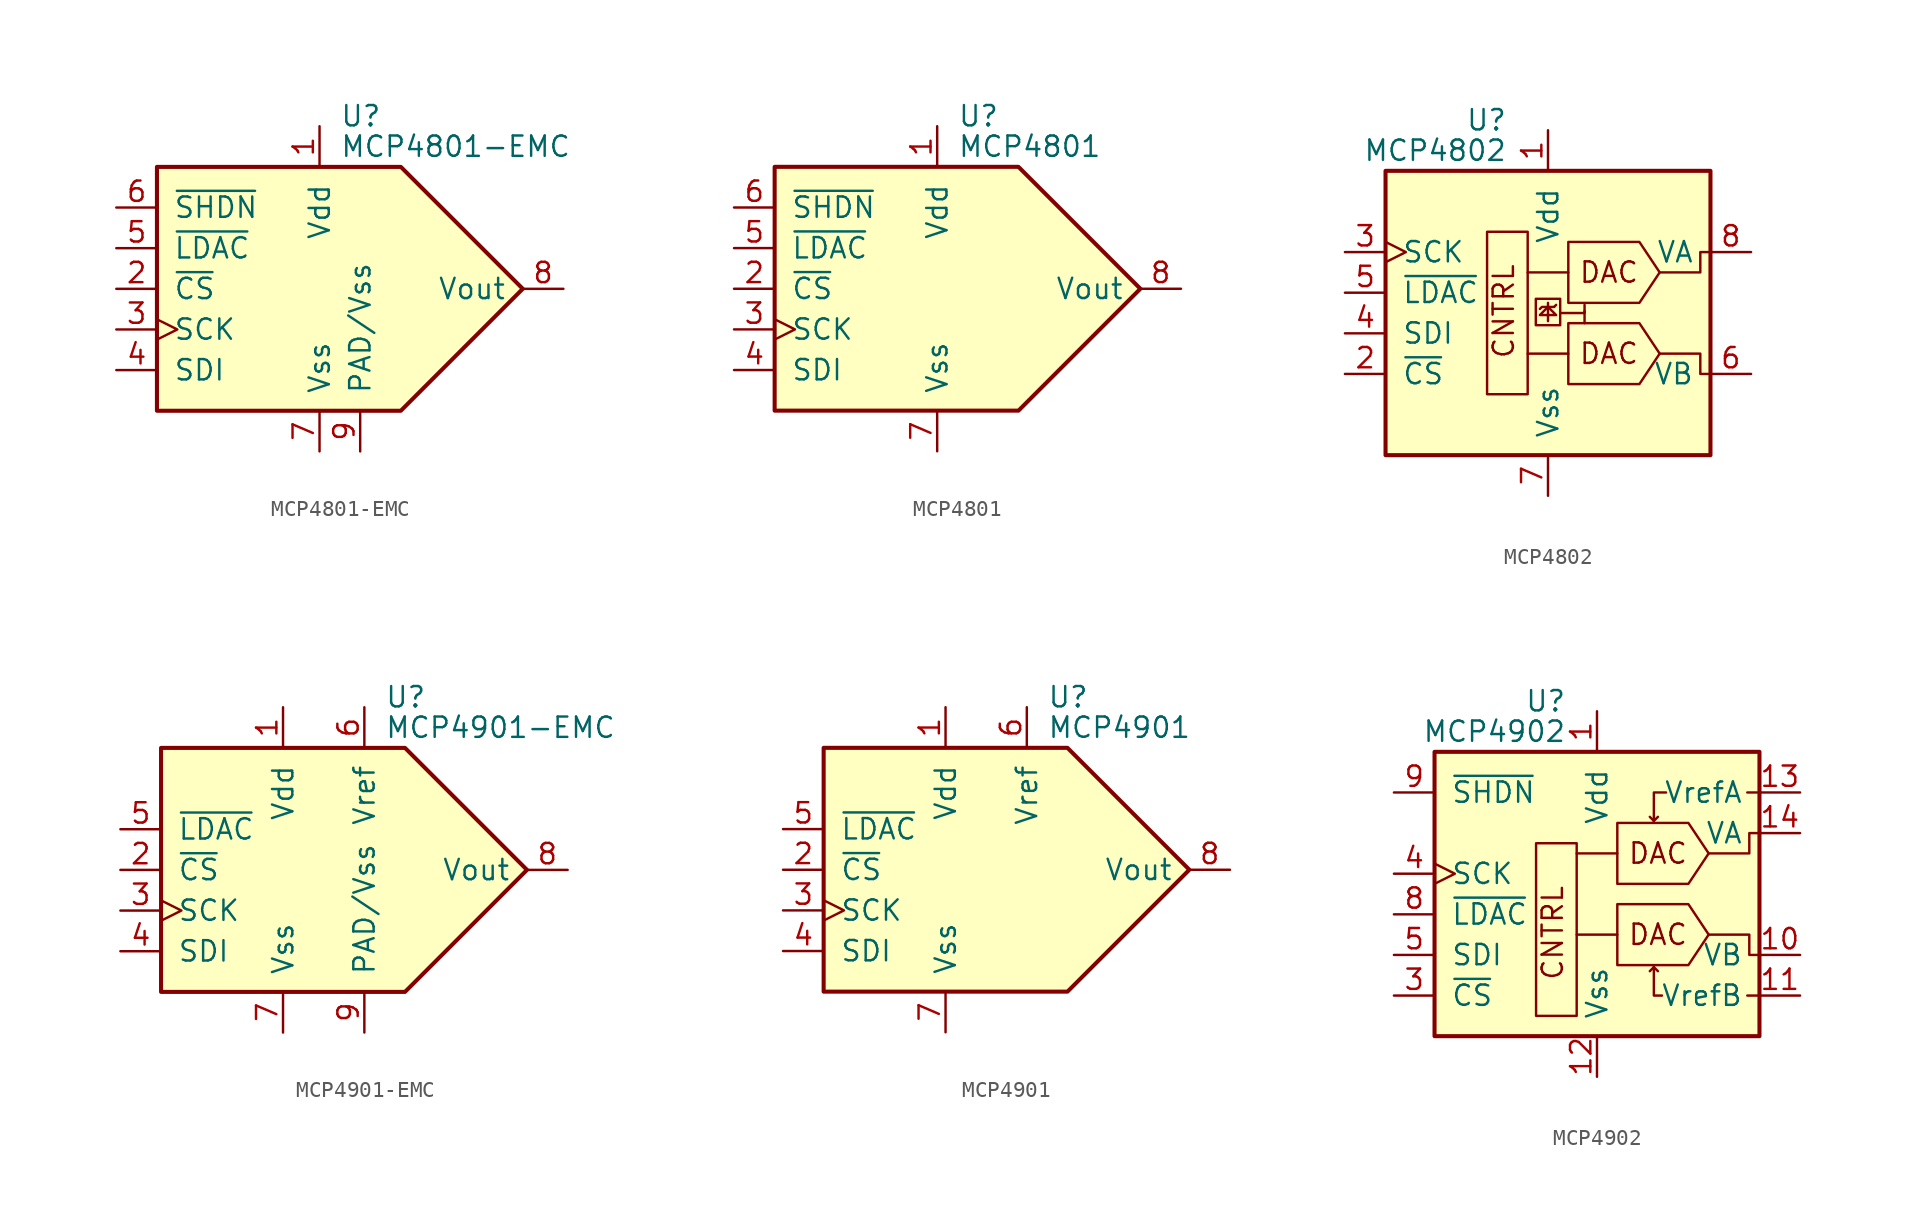
<source format=kicad_sym>
(kicad_symbol_lib
  (version 20211014)
  (generator kicad_symbol_editor)
  (symbol "MCP4801-EMC"
    (pin_names
      (offset 1.016))
    (property "Reference" "U"
      (at 1.27 10.795 0)
      (effects (font (size 1.27 1.27)) (justify left)))
    (property "Value" "MCP4801-EMC"
      (at 1.27 8.89 0)
      (effects (font (size 1.27 1.27)) (justify left)))
    (symbol "MCP4801-EMC_0_0"
      (polyline (pts (xy 12.7 0) (xy 5.08 7.62) (xy -10.16 7.62) (xy -10.16 -7.62) (xy 5.08 -7.62) (xy 12.7 0)) (stroke (width 0.254) (type default) (color 0 0 0 0)) (fill (type background))))
    (symbol "MCP4801-EMC_1_1"
      (pin power_in line (at 0 10.16 270) (length 2.54) (name "Vdd" (effects (font (size 1.27 1.27)))) (number "1" (effects (font (size 1.27 1.27)))))
      (pin input line (at -12.7 0 0) (length 2.54) (name "~{CS}" (effects (font (size 1.27 1.27)))) (number "2" (effects (font (size 1.27 1.27)))))
      (pin input clock (at -12.7 -2.54 0) (length 2.54) (name "SCK" (effects (font (size 1.27 1.27)))) (number "3" (effects (font (size 1.27 1.27)))))
      (pin input line (at -12.7 -5.08 0) (length 2.54) (name "SDI" (effects (font (size 1.27 1.27)))) (number "4" (effects (font (size 1.27 1.27)))))
      (pin input line (at -12.7 2.54 0) (length 2.54) (name "~{LDAC}" (effects (font (size 1.27 1.27)))) (number "5" (effects (font (size 1.27 1.27)))))
      (pin input line (at -12.7 5.08 0) (length 2.54) (name "~{SHDN}" (effects (font (size 1.27 1.27)))) (number "6" (effects (font (size 1.27 1.27)))))
      (pin power_in line (at 0 -10.16 90) (length 2.54) (name "Vss" (effects (font (size 1.27 1.27)))) (number "7" (effects (font (size 1.27 1.27)))))
      (pin output line (at 15.24 0 180) (length 2.54) (name "Vout" (effects (font (size 1.27 1.27)))) (number "8" (effects (font (size 1.27 1.27)))))
      (pin power_in line (at 2.54 -10.16 90) (length 2.54) (name "PAD/Vss" (effects (font (size 1.27 1.27)))) (number "9" (effects (font (size 1.27 1.27)))))))
  (symbol "MCP4801"
    (pin_names
      (offset 1.016))
    (property "Reference" "U"
      (at 1.27 10.795 0)
      (effects (font (size 1.27 1.27)) (justify left)))
    (property "Value" "MCP4801"
      (at 1.27 8.89 0)
      (effects (font (size 1.27 1.27)) (justify left)))
    (symbol "MCP4801_0_0"
      (polyline (pts (xy 12.7 0) (xy 5.08 7.62) (xy -10.16 7.62) (xy -10.16 -7.62) (xy 5.08 -7.62) (xy 12.7 0)) (stroke (width 0.254) (type default) (color 0 0 0 0)) (fill (type background))))
    (symbol "MCP4801_1_1"
      (pin power_in line (at 0 10.16 270) (length 2.54) (name "Vdd" (effects (font (size 1.27 1.27)))) (number "1" (effects (font (size 1.27 1.27)))))
      (pin input line (at -12.7 0 0) (length 2.54) (name "~{CS}" (effects (font (size 1.27 1.27)))) (number "2" (effects (font (size 1.27 1.27)))))
      (pin input clock (at -12.7 -2.54 0) (length 2.54) (name "SCK" (effects (font (size 1.27 1.27)))) (number "3" (effects (font (size 1.27 1.27)))))
      (pin input line (at -12.7 -5.08 0) (length 2.54) (name "SDI" (effects (font (size 1.27 1.27)))) (number "4" (effects (font (size 1.27 1.27)))))
      (pin input line (at -12.7 2.54 0) (length 2.54) (name "~{LDAC}" (effects (font (size 1.27 1.27)))) (number "5" (effects (font (size 1.27 1.27)))))
      (pin input line (at -12.7 5.08 0) (length 2.54) (name "~{SHDN}" (effects (font (size 1.27 1.27)))) (number "6" (effects (font (size 1.27 1.27)))))
      (pin power_in line (at 0 -10.16 90) (length 2.54) (name "Vss" (effects (font (size 1.27 1.27)))) (number "7" (effects (font (size 1.27 1.27)))))
      (pin output line (at 15.24 0 180) (length 2.54) (name "Vout" (effects (font (size 1.27 1.27)))) (number "8" (effects (font (size 1.27 1.27)))))))
  (symbol "MCP4802"
    (pin_names
      (offset 1.016))
    (property "Reference" "U"
      (at -2.54 10.795 0)
      (effects (font (size 1.27 1.27)) (justify right)))
    (property "Value" "MCP4802"
      (at -2.54 8.89 0)
      (effects (font (size 1.27 1.27)) (justify right)))
    (symbol "MCP4802_0_0"
      (polyline (pts (xy 0 -1.778) (xy 0 -0.635)) (stroke (width 0) (type default) (color 0 0 0 0)) (fill (type none)))
      (polyline (pts (xy 0.381 -0.889) (xy 0.508 -0.762)) (stroke (width 0) (type default) (color 0 0 0 0)) (fill (type none)))
      (polyline (pts (xy 2.286 -1.143) (xy 2.286 -1.905)) (stroke (width 0) (type default) (color 0 0 0 0)) (fill (type none)))
      (polyline (pts (xy 0.381 -0.889) (xy -0.381 -0.889) (xy -0.508 -1.016)) (stroke (width 0) (type default) (color 0 0 0 0)) (fill (type none)))
      (polyline (pts (xy 0.762 -1.27) (xy 2.286 -1.27) (xy 2.286 -0.762)) (stroke (width 0) (type default) (color 0 0 0 0)) (fill (type none)))
      (polyline (pts (xy 0 -0.889) (xy 0.508 -1.397) (xy -0.508 -1.397) (xy 0 -0.889)) (stroke (width 0) (type default) (color 0 0 0 0)) (fill (type none)))
      (polyline (pts (xy 6.985 -3.81) (xy 9.525 -3.81) (xy 9.525 -5.08) (xy 10.16 -5.08)) (stroke (width 0) (type default) (color 0 0 0 0)) (fill (type none)))
      (polyline (pts (xy 6.985 1.27) (xy 9.525 1.27) (xy 9.525 2.54) (xy 10.16 2.54)) (stroke (width 0) (type default) (color 0 0 0 0)) (fill (type none)))
      (rectangle (start 0.762 -0.381) (end -0.762 -2.032) (stroke (width 0) (type default) (color 0 0 0 0)) (fill (type none)))
      (text "CNTRL" (at -2.032 -4.191 900) (effects (font (size 1.27 1.27)) (justify left bottom)))
      (text "DAC" (at 3.81 -3.81 0) (effects (font (size 1.27 1.27))))
      (text "DAC" (at 3.81 1.27 0) (effects (font (size 1.27 1.27)))))
    (symbol "MCP4802_0_1"
      (rectangle (start -10.16 7.62) (end 10.16 -10.16) (stroke (width 0.254) (type default) (color 0 0 0 0)) (fill (type background)))
      (rectangle (start -1.27 -6.35) (end -3.81 3.81) (stroke (width 0) (type default) (color 0 0 0 0)) (fill (type none)))
      (polyline (pts (xy 1.27 -3.81) (xy -1.27 -3.81)) (stroke (width 0) (type default) (color 0 0 0 0)) (fill (type none)))
      (polyline (pts (xy 1.27 1.27) (xy -1.27 1.27)) (stroke (width 0) (type default) (color 0 0 0 0)) (fill (type none)))
      (polyline (pts (xy 6.985 -3.81) (xy 5.715 -1.905) (xy 1.27 -1.905) (xy 1.27 -5.715) (xy 5.715 -5.715) (xy 6.985 -3.81)) (stroke (width 0) (type default) (color 0 0 0 0)) (fill (type none)))
      (polyline (pts (xy 6.985 1.27) (xy 5.715 3.175) (xy 1.27 3.175) (xy 1.27 -0.635) (xy 5.715 -0.635) (xy 6.985 1.27)) (stroke (width 0) (type default) (color 0 0 0 0)) (fill (type none))))
    (symbol "MCP4802_1_1"
      (pin power_in line (at 0 10.16 270) (length 2.54) (name "Vdd" (effects (font (size 1.27 1.27)))) (number "1" (effects (font (size 1.27 1.27)))))
      (pin input line (at -12.7 -5.08 0) (length 2.54) (name "~{CS}" (effects (font (size 1.27 1.27)))) (number "2" (effects (font (size 1.27 1.27)))))
      (pin input clock (at -12.7 2.54 0) (length 2.54) (name "SCK" (effects (font (size 1.27 1.27)))) (number "3" (effects (font (size 1.27 1.27)))))
      (pin input line (at -12.7 -2.54 0) (length 2.54) (name "SDI" (effects (font (size 1.27 1.27)))) (number "4" (effects (font (size 1.27 1.27)))))
      (pin input line (at -12.7 0 0) (length 2.54) (name "~{LDAC}" (effects (font (size 1.27 1.27)))) (number "5" (effects (font (size 1.27 1.27)))))
      (pin output line (at 12.7 -5.08 180) (length 2.54) (name "VB" (effects (font (size 1.27 1.27)))) (number "6" (effects (font (size 1.27 1.27)))))
      (pin power_in line (at 0 -12.7 90) (length 2.54) (name "Vss" (effects (font (size 1.27 1.27)))) (number "7" (effects (font (size 1.27 1.27)))))
      (pin output line (at 12.7 2.54 180) (length 2.54) (name "VA" (effects (font (size 1.27 1.27)))) (number "8" (effects (font (size 1.27 1.27)))))))
  (symbol "MCP4901-EMC"
    (pin_names
      (offset 1.016))
    (property "Reference" "U"
      (at 6.35 10.795 0)
      (effects (font (size 1.27 1.27)) (justify left)))
    (property "Value" "MCP4901-EMC"
      (at 6.35 8.89 0)
      (effects (font (size 1.27 1.27)) (justify left)))
    (symbol "MCP4901-EMC_0_0"
      (polyline (pts (xy 15.24 0) (xy 7.62 7.62) (xy -7.62 7.62) (xy -7.62 -7.62) (xy 7.62 -7.62) (xy 15.24 0)) (stroke (width 0.254) (type default) (color 0 0 0 0)) (fill (type background))))
    (symbol "MCP4901-EMC_1_1"
      (pin power_in line (at 0 10.16 270) (length 2.54) (name "Vdd" (effects (font (size 1.27 1.27)))) (number "1" (effects (font (size 1.27 1.27)))))
      (pin input line (at -10.16 0 0) (length 2.54) (name "~{CS}" (effects (font (size 1.27 1.27)))) (number "2" (effects (font (size 1.27 1.27)))))
      (pin input clock (at -10.16 -2.54 0) (length 2.54) (name "SCK" (effects (font (size 1.27 1.27)))) (number "3" (effects (font (size 1.27 1.27)))))
      (pin input line (at -10.16 -5.08 0) (length 2.54) (name "SDI" (effects (font (size 1.27 1.27)))) (number "4" (effects (font (size 1.27 1.27)))))
      (pin input line (at -10.16 2.54 0) (length 2.54) (name "~{LDAC}" (effects (font (size 1.27 1.27)))) (number "5" (effects (font (size 1.27 1.27)))))
      (pin power_in line (at 5.08 10.16 270) (length 2.54) (name "Vref" (effects (font (size 1.27 1.27)))) (number "6" (effects (font (size 1.27 1.27)))))
      (pin power_in line (at 0 -10.16 90) (length 2.54) (name "Vss" (effects (font (size 1.27 1.27)))) (number "7" (effects (font (size 1.27 1.27)))))
      (pin output line (at 17.78 0 180) (length 2.54) (name "Vout" (effects (font (size 1.27 1.27)))) (number "8" (effects (font (size 1.27 1.27)))))
      (pin power_in line (at 5.08 -10.16 90) (length 2.54) (name "PAD/Vss" (effects (font (size 1.27 1.27)))) (number "9" (effects (font (size 1.27 1.27)))))))
  (symbol "MCP4901"
    (pin_names
      (offset 1.016))
    (property "Reference" "U"
      (at 6.35 10.795 0)
      (effects (font (size 1.27 1.27)) (justify left)))
    (property "Value" "MCP4901"
      (at 6.35 8.89 0)
      (effects (font (size 1.27 1.27)) (justify left)))
    (symbol "MCP4901_0_0"
      (polyline (pts (xy 15.24 0) (xy 7.62 7.62) (xy -7.62 7.62) (xy -7.62 -7.62) (xy 7.62 -7.62) (xy 15.24 0)) (stroke (width 0.254) (type default) (color 0 0 0 0)) (fill (type background))))
    (symbol "MCP4901_1_1"
      (pin power_in line (at 0 10.16 270) (length 2.54) (name "Vdd" (effects (font (size 1.27 1.27)))) (number "1" (effects (font (size 1.27 1.27)))))
      (pin input line (at -10.16 0 0) (length 2.54) (name "~{CS}" (effects (font (size 1.27 1.27)))) (number "2" (effects (font (size 1.27 1.27)))))
      (pin input clock (at -10.16 -2.54 0) (length 2.54) (name "SCK" (effects (font (size 1.27 1.27)))) (number "3" (effects (font (size 1.27 1.27)))))
      (pin input line (at -10.16 -5.08 0) (length 2.54) (name "SDI" (effects (font (size 1.27 1.27)))) (number "4" (effects (font (size 1.27 1.27)))))
      (pin input line (at -10.16 2.54 0) (length 2.54) (name "~{LDAC}" (effects (font (size 1.27 1.27)))) (number "5" (effects (font (size 1.27 1.27)))))
      (pin power_in line (at 5.08 10.16 270) (length 2.54) (name "Vref" (effects (font (size 1.27 1.27)))) (number "6" (effects (font (size 1.27 1.27)))))
      (pin power_in line (at 0 -10.16 90) (length 2.54) (name "Vss" (effects (font (size 1.27 1.27)))) (number "7" (effects (font (size 1.27 1.27)))))
      (pin output line (at 17.78 0 180) (length 2.54) (name "Vout" (effects (font (size 1.27 1.27)))) (number "8" (effects (font (size 1.27 1.27)))))))
  (symbol "MCP4902"
    (pin_names
      (offset 1.016))
    (property "Reference" "U"
      (at -1.905 10.795 0)
      (effects (font (size 1.27 1.27)) (justify right)))
    (property "Value" "MCP4902"
      (at -1.905 8.89 0)
      (effects (font (size 1.27 1.27)) (justify right)))
    (symbol "MCP4902_0_0"
      (polyline (pts (xy 3.556 -5.842) (xy 3.302 -6.096)) (stroke (width 0) (type default) (color 0 0 0 0)) (fill (type none)))
      (polyline (pts (xy 3.556 -5.842) (xy 3.81 -6.096)) (stroke (width 0) (type default) (color 0 0 0 0)) (fill (type none)))
      (polyline (pts (xy 3.556 3.302) (xy 3.302 3.556)) (stroke (width 0) (type default) (color 0 0 0 0)) (fill (type none)))
      (polyline (pts (xy 3.556 3.302) (xy 3.81 3.556)) (stroke (width 0) (type default) (color 0 0 0 0)) (fill (type none)))
      (polyline (pts (xy 10.16 -7.62) (xy 9.398 -7.62)) (stroke (width 0) (type default) (color 0 0 0 0)) (fill (type none)))
      (polyline (pts (xy 10.16 5.08) (xy 9.398 5.08)) (stroke (width 0) (type default) (color 0 0 0 0)) (fill (type none)))
      (polyline (pts (xy 4.064 -7.62) (xy 3.556 -7.62) (xy 3.556 -5.842)) (stroke (width 0) (type default) (color 0 0 0 0)) (fill (type none)))
      (polyline (pts (xy 4.318 5.08) (xy 3.556 5.08) (xy 3.556 3.302)) (stroke (width 0) (type default) (color 0 0 0 0)) (fill (type none)))
      (polyline (pts (xy 6.985 -3.81) (xy 9.525 -3.81) (xy 9.525 -5.08) (xy 10.16 -5.08)) (stroke (width 0) (type default) (color 0 0 0 0)) (fill (type none)))
      (polyline (pts (xy 6.985 1.27) (xy 9.525 1.27) (xy 9.525 2.54) (xy 10.16 2.54)) (stroke (width 0) (type default) (color 0 0 0 0)) (fill (type none)))
      (text "CNTRL" (at -2.032 -6.731 900) (effects (font (size 1.27 1.27)) (justify left bottom)))
      (text "DAC" (at 3.81 -3.81 0) (effects (font (size 1.27 1.27))))
      (text "DAC" (at 3.81 1.27 0) (effects (font (size 1.27 1.27)))))
    (symbol "MCP4902_0_1"
      (rectangle (start -10.16 7.62) (end 10.16 -10.16) (stroke (width 0.254) (type default) (color 0 0 0 0)) (fill (type background)))
      (rectangle (start -1.27 -8.89) (end -3.81 1.905) (stroke (width 0) (type default) (color 0 0 0 0)) (fill (type none)))
      (polyline (pts (xy 1.27 -3.81) (xy -1.27 -3.81)) (stroke (width 0) (type default) (color 0 0 0 0)) (fill (type none)))
      (polyline (pts (xy 1.27 1.27) (xy -1.27 1.27)) (stroke (width 0) (type default) (color 0 0 0 0)) (fill (type none)))
      (polyline (pts (xy 6.985 -3.81) (xy 5.715 -1.905) (xy 1.27 -1.905) (xy 1.27 -5.715) (xy 5.715 -5.715) (xy 6.985 -3.81)) (stroke (width 0) (type default) (color 0 0 0 0)) (fill (type none)))
      (polyline (pts (xy 6.985 1.27) (xy 5.715 3.175) (xy 1.27 3.175) (xy 1.27 -0.635) (xy 5.715 -0.635) (xy 6.985 1.27)) (stroke (width 0) (type default) (color 0 0 0 0)) (fill (type none))))
    (symbol "MCP4902_1_1"
      (pin power_in line (at 0 10.16 270) (length 2.54) (name "Vdd" (effects (font (size 1.27 1.27)))) (number "1" (effects (font (size 1.27 1.27)))))
      (pin output line (at 12.7 -5.08 180) (length 2.54) (name "VB" (effects (font (size 1.27 1.27)))) (number "10" (effects (font (size 1.27 1.27)))))
      (pin input line (at 12.7 -7.62 180) (length 2.54) (name "VrefB" (effects (font (size 1.27 1.27)))) (number "11" (effects (font (size 1.27 1.27)))))
      (pin power_in line (at 0 -12.7 90) (length 2.54) (name "Vss" (effects (font (size 1.27 1.27)))) (number "12" (effects (font (size 1.27 1.27)))))
      (pin input line (at 12.7 5.08 180) (length 2.54) (name "VrefA" (effects (font (size 1.27 1.27)))) (number "13" (effects (font (size 1.27 1.27)))))
      (pin output line (at 12.7 2.54 180) (length 2.54) (name "VA" (effects (font (size 1.27 1.27)))) (number "14" (effects (font (size 1.27 1.27)))))
      (pin no_connect line (at -7.62 -12.7 90) (length 2.54) hide (name "NC" (effects (font (size 1.27 1.27)))) (number "2" (effects (font (size 1.27 1.27)))))
      (pin input line (at -12.7 -7.62 0) (length 2.54) (name "~{CS}" (effects (font (size 1.27 1.27)))) (number "3" (effects (font (size 1.27 1.27)))))
      (pin input clock (at -12.7 0 0) (length 2.54) (name "SCK" (effects (font (size 1.27 1.27)))) (number "4" (effects (font (size 1.27 1.27)))))
      (pin input line (at -12.7 -5.08 0) (length 2.54) (name "SDI" (effects (font (size 1.27 1.27)))) (number "5" (effects (font (size 1.27 1.27)))))
      (pin no_connect line (at -5.08 -12.7 90) (length 2.54) hide (name "NC" (effects (font (size 1.27 1.27)))) (number "6" (effects (font (size 1.27 1.27)))))
      (pin no_connect line (at -2.54 -12.7 90) (length 2.54) hide (name "NC" (effects (font (size 1.27 1.27)))) (number "7" (effects (font (size 1.27 1.27)))))
      (pin input line (at -12.7 -2.54 0) (length 2.54) (name "~{LDAC}" (effects (font (size 1.27 1.27)))) (number "8" (effects (font (size 1.27 1.27)))))
      (pin output line (at -12.7 5.08 0) (length 2.54) (name "~{SHDN}" (effects (font (size 1.27 1.27)))) (number "9" (effects (font (size 1.27 1.27))))))))
</source>
